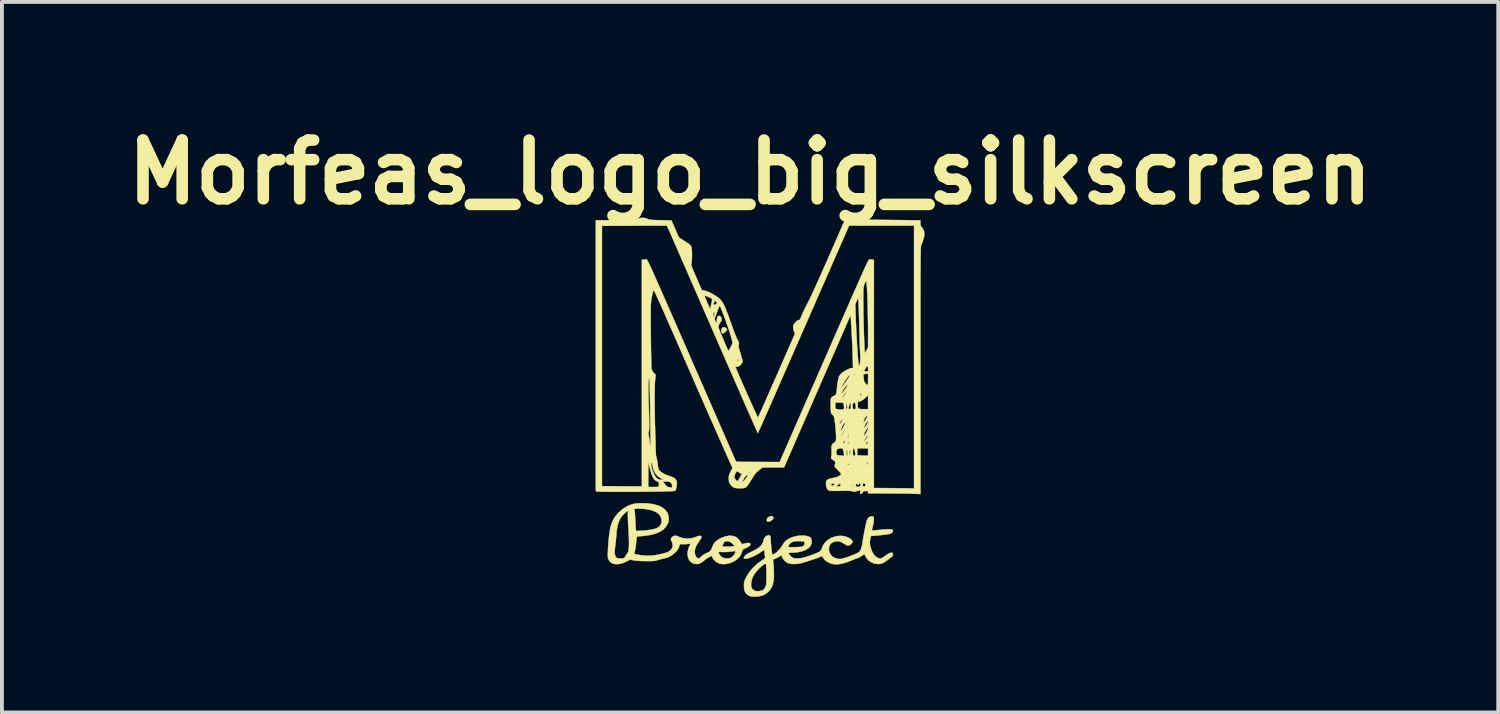
<source format=kicad_pcb>
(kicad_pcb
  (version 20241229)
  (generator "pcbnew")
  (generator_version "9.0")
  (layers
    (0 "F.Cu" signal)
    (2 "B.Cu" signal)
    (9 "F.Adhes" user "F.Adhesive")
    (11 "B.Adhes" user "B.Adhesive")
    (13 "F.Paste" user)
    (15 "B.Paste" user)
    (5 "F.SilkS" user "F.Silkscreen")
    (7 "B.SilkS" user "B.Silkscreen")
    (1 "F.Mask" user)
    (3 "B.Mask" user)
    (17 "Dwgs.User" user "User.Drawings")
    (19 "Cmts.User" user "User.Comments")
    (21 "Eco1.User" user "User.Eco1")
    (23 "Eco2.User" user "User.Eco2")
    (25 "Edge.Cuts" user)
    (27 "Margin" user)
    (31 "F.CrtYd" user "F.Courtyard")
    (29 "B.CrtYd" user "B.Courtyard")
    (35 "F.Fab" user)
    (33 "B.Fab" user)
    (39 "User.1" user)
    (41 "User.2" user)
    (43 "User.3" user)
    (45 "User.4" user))
  (footprint "Morfeas_logo_big_silkscreen"
    (layer "F.Cu")
    (at 16.662 7.514)
    (property "Reference" "Morfeas_logo_big_silkscreen" (at -0.254 -6.096 0) (layer "F.SilkS") (effects (font (size 1.524 1.524) (thickness 0.3))))
    (attr through_hole)
    (fp_poly (pts (xy -0.893 -2.063) (xy -0.872 -2.042) (xy -0.846 -2.007) (xy -0.883 -1.967) (xy -0.923 -1.931) (xy -0.952 -1.914) (xy -0.974 -1.915) (xy -0.976 -1.916) (xy -0.99 -1.938) (xy -0.998 -1.974) (xy -0.997 -2.014) (xy -0.987 -2.045) (xy -0.962 -2.071) (xy -0.928 -2.077) (xy -0.893 -2.063)) (stroke (width 0.01) (type solid)) (fill yes) (layer "F.SilkS"))
    (fp_poly (pts (xy 0.33 2.832) (xy 0.352 2.851) (xy 0.352 2.877) (xy 0.336 2.906) (xy 0.3 2.941) (xy 0.255 2.963) (xy 0.211 2.968) (xy 0.194 2.963) (xy 0.18 2.946) (xy 0.18 2.916) (xy 0.192 2.882) (xy 0.197 2.874) (xy 0.227 2.847) (xy 0.268 2.83) (xy 0.308 2.826) (xy 0.33 2.832)) (stroke (width 0.01) (type solid)) (fill yes) (layer "F.SilkS"))
    (fp_poly (pts (xy -2.911 2.496) (xy -2.768 2.515) (xy -2.646 2.547) (xy -2.546 2.592) (xy -2.467 2.649) (xy -2.411 2.718) (xy -2.376 2.8) (xy -2.365 2.868) (xy -2.363 2.922) (xy -2.368 2.962) (xy -2.38 3.001) (xy -2.391 3.026) (xy -2.44 3.106) (xy -2.506 3.174) (xy -2.593 3.231) (xy -2.699 3.276) (xy -2.827 3.31) (xy -2.977 3.334) (xy -3.029 3.34) (xy -3.087 3.345) (xy -3.136 3.349) (xy -3.17 3.352) (xy -3.183 3.353) (xy -3.192 3.365) (xy -3.199 3.402) (xy -3.205 3.462) (xy -3.206 3.477) (xy -3.213 3.552) (xy -3.223 3.629) (xy -3.235 3.7) (xy -3.248 3.758) (xy -3.258 3.787) (xy -3.258 3.8) (xy -3.244 3.81) (xy -3.21 3.819) (xy -3.198 3.822) (xy -3.05 3.845) (xy -2.911 3.854) (xy -2.772 3.847) (xy -2.628 3.824) (xy -2.535 3.802) (xy -2.462 3.783) (xy -2.409 3.766) (xy -2.369 3.748) (xy -2.339 3.727) (xy -2.311 3.701) (xy -2.301 3.69) (xy -2.274 3.654) (xy -2.263 3.618) (xy -2.261 3.584) (xy -2.269 3.523) (xy -2.286 3.486) (xy -2.308 3.439) (xy -2.305 3.399) (xy -2.279 3.366) (xy -2.228 3.34) (xy -2.226 3.34) (xy -2.2 3.333) (xy -2.172 3.336) (xy -2.135 3.348) (xy -2.111 3.358) (xy -1.996 3.396) (xy -1.884 3.409) (xy -1.771 3.399) (xy -1.654 3.364) (xy -1.639 3.359) (xy -1.592 3.341) (xy -1.561 3.335) (xy -1.539 3.339) (xy -1.536 3.34) (xy -1.518 3.354) (xy -1.514 3.371) (xy -1.523 3.398) (xy -1.547 3.437) (xy -1.563 3.459) (xy -1.618 3.541) (xy -1.657 3.611) (xy -1.679 3.673) (xy -1.689 3.73) (xy -1.689 3.745) (xy -1.682 3.813) (xy -1.663 3.867) (xy -1.633 3.905) (xy -1.611 3.917) (xy -1.591 3.921) (xy -1.572 3.917) (xy -1.549 3.901) (xy -1.514 3.871) (xy -1.505 3.863) (xy -1.457 3.824) (xy -1.411 3.796) (xy -1.384 3.785) (xy -1.338 3.764) (xy -1.074 3.764) (xy -1.072 3.775) (xy -1.071 3.778) (xy -1.043 3.832) (xy -0.998 3.879) (xy -0.967 3.899) (xy -0.909 3.919) (xy -0.843 3.924) (xy -0.781 3.915) (xy -0.736 3.895) (xy -0.695 3.861) (xy -0.662 3.82) (xy -0.64 3.778) (xy -0.635 3.753) (xy -0.636 3.74) (xy -0.642 3.733) (xy -0.659 3.732) (xy -0.691 3.736) (xy -0.733 3.743) (xy -0.797 3.751) (xy -0.873 3.756) (xy -0.947 3.757) (xy -0.956 3.756) (xy -1.012 3.755) (xy -1.048 3.755) (xy -1.067 3.758) (xy -1.074 3.764) (xy -1.338 3.764) (xy -1.319 3.756) (xy -1.271 3.708) (xy -1.24 3.643) (xy -1.24 3.641) (xy -1.224 3.604) (xy -0.973 3.604) (xy -0.972 3.606) (xy -0.956 3.612) (xy -0.92 3.616) (xy -0.872 3.618) (xy -0.816 3.618) (xy -0.76 3.614) (xy -0.711 3.609) (xy -0.654 3.6) (xy -0.705 3.546) (xy -0.753 3.504) (xy -0.798 3.482) (xy -0.801 3.481) (xy -0.846 3.475) (xy -0.887 3.477) (xy -0.916 3.486) (xy -0.927 3.501) (xy -0.934 3.523) (xy -0.952 3.552) (xy -0.954 3.555) (xy -0.97 3.583) (xy -0.973 3.604) (xy -1.224 3.604) (xy -1.208 3.563) (xy -1.159 3.497) (xy -1.092 3.441) (xy -1.002 3.391) (xy -1.001 3.391) (xy -0.896 3.352) (xy -0.798 3.334) (xy -0.707 3.338) (xy -0.626 3.364) (xy -0.614 3.37) (xy -0.583 3.393) (xy -0.55 3.427) (xy -0.514 3.476) (xy -0.476 3.535) (xy -0.467 3.546) (xy -0.452 3.549) (xy -0.426 3.544) (xy -0.397 3.536) (xy -0.338 3.523) (xy -0.289 3.521) (xy -0.257 3.53) (xy -0.244 3.547) (xy -0.245 3.571) (xy -0.262 3.594) (xy -0.297 3.619) (xy -0.352 3.647) (xy -0.365 3.653) (xy -0.413 3.676) (xy -0.441 3.694) (xy -0.455 3.71) (xy -0.457 3.724) (xy -0.463 3.752) (xy -0.476 3.791) (xy -0.487 3.816) (xy -0.533 3.888) (xy -0.598 3.95) (xy -0.676 4.001) (xy -0.764 4.04) (xy -0.855 4.064) (xy -0.946 4.071) (xy -1.031 4.061) (xy -1.093 4.038) (xy -1.132 4.012) (xy -1.174 3.975) (xy -1.209 3.934) (xy -1.234 3.896) (xy -1.239 3.883) (xy -1.246 3.853) (xy -1.317 3.889) (xy -1.367 3.918) (xy -1.417 3.954) (xy -1.442 3.974) (xy -1.502 4.023) (xy -1.557 4.053) (xy -1.613 4.067) (xy -1.645 4.068) (xy -1.718 4.057) (xy -1.779 4.025) (xy -1.826 3.977) (xy -1.858 3.914) (xy -1.875 3.841) (xy -1.874 3.758) (xy -1.855 3.67) (xy -1.826 3.597) (xy -1.797 3.535) (xy -1.867 3.547) (xy -1.922 3.552) (xy -1.981 3.553) (xy -2.004 3.552) (xy -2.05 3.55) (xy -2.073 3.556) (xy -2.076 3.56) (xy -2.082 3.58) (xy -2.094 3.614) (xy -2.102 3.637) (xy -2.135 3.699) (xy -2.188 3.761) (xy -2.254 3.819) (xy -2.328 3.867) (xy -2.404 3.902) (xy -2.464 3.918) (xy -2.503 3.926) (xy -2.557 3.939) (xy -2.614 3.955) (xy -2.629 3.96) (xy -2.671 3.972) (xy -2.709 3.981) (xy -2.748 3.987) (xy -2.793 3.99) (xy -2.85 3.992) (xy -2.925 3.992) (xy -2.953 3.992) (xy -3.063 3.99) (xy -3.159 3.985) (xy -3.236 3.977) (xy -3.268 3.972) (xy -3.367 3.953) (xy -3.446 3.995) (xy -3.555 4.044) (xy -3.656 4.069) (xy -3.75 4.071) (xy -3.801 4.061) (xy -3.858 4.034) (xy -3.905 3.988) (xy -3.936 3.929) (xy -3.938 3.92) (xy -3.943 3.884) (xy -3.945 3.826) (xy -3.944 3.776) (xy -3.768 3.776) (xy -3.766 3.801) (xy -3.752 3.853) (xy -3.729 3.893) (xy -3.702 3.915) (xy -3.698 3.916) (xy -3.663 3.921) (xy -3.615 3.922) (xy -3.568 3.921) (xy -3.533 3.916) (xy -3.508 3.9) (xy -3.487 3.87) (xy -3.486 3.869) (xy -3.465 3.83) (xy -3.442 3.797) (xy -3.426 3.772) (xy -3.413 3.739) (xy -3.404 3.696) (xy -3.398 3.641) (xy -3.395 3.571) (xy -3.395 3.484) (xy -3.398 3.379) (xy -3.403 3.251) (xy -3.409 3.146) (xy -3.416 3.025) (xy -3.421 2.928) (xy -3.423 2.851) (xy -3.425 2.793) (xy -3.424 2.752) (xy -3.422 2.724) (xy -3.418 2.709) (xy -3.418 2.708) (xy -3.403 2.68) (xy -3.447 2.706) (xy -3.513 2.756) (xy -3.575 2.821) (xy -3.625 2.894) (xy -3.632 2.909) (xy -3.664 2.982) (xy -3.689 3.063) (xy -3.706 3.156) (xy -3.719 3.266) (xy -3.721 3.3) (xy -3.728 3.381) (xy -3.737 3.47) (xy -3.747 3.556) (xy -3.753 3.607) (xy -3.761 3.67) (xy -3.766 3.729) (xy -3.768 3.776) (xy -3.944 3.776) (xy -3.943 3.752) (xy -3.939 3.666) (xy -3.933 3.572) (xy -3.925 3.474) (xy -3.915 3.377) (xy -3.904 3.284) (xy -3.892 3.201) (xy -3.879 3.132) (xy -3.873 3.105) (xy -3.829 2.972) (xy -3.765 2.853) (xy -3.68 2.747) (xy -3.58 2.66) (xy -3.256 2.66) (xy -3.253 2.67) (xy -3.248 2.693) (xy -3.244 2.735) (xy -3.239 2.792) (xy -3.235 2.86) (xy -3.234 2.896) (xy -3.23 2.969) (xy -3.226 3.039) (xy -3.222 3.098) (xy -3.219 3.141) (xy -3.218 3.152) (xy -3.21 3.212) (xy -3.1 3.205) (xy -3.032 3.201) (xy -2.956 3.194) (xy -2.889 3.187) (xy -2.887 3.187) (xy -2.786 3.171) (xy -2.706 3.15) (xy -2.646 3.123) (xy -2.608 3.095) (xy -2.567 3.041) (xy -2.547 2.976) (xy -2.551 2.905) (xy -2.554 2.892) (xy -2.581 2.824) (xy -2.626 2.768) (xy -2.691 2.722) (xy -2.777 2.685) (xy -2.832 2.668) (xy -2.886 2.656) (xy -2.951 2.645) (xy -3.023 2.637) (xy -3.095 2.631) (xy -3.158 2.629) (xy -3.208 2.63) (xy -3.23 2.634) (xy -3.253 2.643) (xy -3.256 2.66) (xy -3.58 2.66) (xy -3.573 2.653) (xy -3.519 2.615) (xy -3.423 2.559) (xy -3.328 2.521) (xy -3.227 2.499) (xy -3.113 2.49) (xy -3.076 2.489) (xy -2.911 2.496)) (stroke (width 0.01) (type solid)) (fill yes) (layer "F.SilkS"))
    (fp_poly (pts (xy 2.931 2.831) (xy 2.938 2.834) (xy 2.953 2.856) (xy 2.958 2.899) (xy 2.955 2.96) (xy 2.942 3.036) (xy 2.929 3.089) (xy 2.917 3.138) (xy 2.91 3.176) (xy 2.907 3.197) (xy 2.909 3.2) (xy 2.923 3.199) (xy 2.959 3.196) (xy 3.011 3.191) (xy 3.074 3.185) (xy 3.115 3.181) (xy 3.189 3.174) (xy 3.26 3.169) (xy 3.322 3.165) (xy 3.368 3.164) (xy 3.381 3.165) (xy 3.42 3.168) (xy 3.441 3.175) (xy 3.449 3.188) (xy 3.452 3.202) (xy 3.449 3.231) (xy 3.428 3.255) (xy 3.416 3.264) (xy 3.397 3.275) (xy 3.373 3.284) (xy 3.34 3.292) (xy 3.294 3.3) (xy 3.23 3.308) (xy 3.151 3.316) (xy 3.077 3.324) (xy 3.01 3.33) (xy 2.955 3.336) (xy 2.916 3.339) (xy 2.901 3.34) (xy 2.887 3.343) (xy 2.877 3.355) (xy 2.87 3.381) (xy 2.862 3.426) (xy 2.86 3.437) (xy 2.854 3.494) (xy 2.854 3.539) (xy 2.861 3.586) (xy 2.871 3.63) (xy 2.904 3.728) (xy 2.947 3.808) (xy 2.998 3.868) (xy 3.056 3.908) (xy 3.12 3.924) (xy 3.131 3.924) (xy 3.156 3.916) (xy 3.195 3.895) (xy 3.241 3.863) (xy 3.252 3.855) (xy 3.314 3.812) (xy 3.368 3.784) (xy 3.412 3.773) (xy 3.441 3.778) (xy 3.451 3.795) (xy 3.454 3.823) (xy 3.445 3.858) (xy 3.419 3.882) (xy 3.391 3.902) (xy 3.352 3.931) (xy 3.316 3.96) (xy 3.249 4.009) (xy 3.193 4.042) (xy 3.14 4.061) (xy 3.085 4.068) (xy 3.067 4.068) (xy 2.977 4.057) (xy 2.893 4.025) (xy 2.82 3.976) (xy 2.764 3.911) (xy 2.748 3.882) (xy 2.729 3.846) (xy 2.716 3.821) (xy 2.711 3.812) (xy 2.7 3.817) (xy 2.675 3.834) (xy 2.649 3.853) (xy 2.607 3.881) (xy 2.564 3.903) (xy 2.542 3.911) (xy 2.51 3.922) (xy 2.462 3.94) (xy 2.407 3.962) (xy 2.376 3.975) (xy 2.241 4.028) (xy 2.12 4.061) (xy 2.012 4.076) (xy 1.915 4.072) (xy 1.826 4.049) (xy 1.744 4.007) (xy 1.729 3.998) (xy 1.682 3.957) (xy 1.643 3.909) (xy 1.621 3.867) (xy 1.609 3.865) (xy 1.581 3.874) (xy 1.561 3.882) (xy 1.526 3.898) (xy 1.471 3.918) (xy 1.403 3.942) (xy 1.327 3.967) (xy 1.249 3.992) (xy 1.173 4.016) (xy 1.106 4.035) (xy 1.067 4.046) (xy 0.981 4.062) (xy 0.894 4.068) (xy 0.813 4.063) (xy 0.745 4.05) (xy 0.719 4.039) (xy 0.649 3.992) (xy 0.596 3.926) (xy 0.576 3.884) (xy 0.556 3.836) (xy 0.516 3.866) (xy 0.481 3.889) (xy 0.435 3.913) (xy 0.408 3.925) (xy 0.34 3.954) (xy 0.348 4.012) (xy 0.356 4.084) (xy 0.361 4.168) (xy 0.364 4.258) (xy 0.365 4.346) (xy 0.363 4.426) (xy 0.358 4.49) (xy 0.357 4.502) (xy 0.331 4.614) (xy 0.286 4.708) (xy 0.223 4.787) (xy 0.14 4.849) (xy 0.091 4.874) (xy 0.036 4.893) (xy -0.03 4.906) (xy -0.102 4.913) (xy -0.171 4.914) (xy -0.23 4.908) (xy -0.273 4.895) (xy -0.273 4.895) (xy -0.333 4.856) (xy -0.374 4.811) (xy -0.399 4.757) (xy -0.41 4.687) (xy -0.412 4.635) (xy -0.412 4.633) (xy -0.227 4.633) (xy -0.217 4.68) (xy -0.194 4.716) (xy -0.155 4.747) (xy -0.149 4.751) (xy -0.119 4.766) (xy -0.085 4.772) (xy -0.038 4.772) (xy -0.029 4.771) (xy 0.021 4.764) (xy 0.063 4.753) (xy 0.084 4.744) (xy 0.109 4.719) (xy 0.134 4.682) (xy 0.144 4.663) (xy 0.153 4.641) (xy 0.16 4.619) (xy 0.165 4.592) (xy 0.168 4.557) (xy 0.17 4.509) (xy 0.171 4.444) (xy 0.171 4.359) (xy 0.171 4.341) (xy 0.17 4.24) (xy 0.168 4.161) (xy 0.165 4.105) (xy 0.161 4.072) (xy 0.157 4.064) (xy 0.14 4.063) (xy 0.109 4.078) (xy 0.069 4.106) (xy 0.024 4.143) (xy -0.023 4.187) (xy -0.067 4.233) (xy -0.085 4.254) (xy -0.148 4.338) (xy -0.19 4.417) (xy -0.216 4.495) (xy -0.226 4.569) (xy -0.227 4.633) (xy -0.412 4.633) (xy -0.412 4.581) (xy -0.408 4.541) (xy -0.399 4.506) (xy -0.382 4.465) (xy -0.36 4.419) (xy -0.281 4.289) (xy -0.181 4.167) (xy -0.059 4.055) (xy 0.08 3.956) (xy 0.114 3.933) (xy 0.132 3.915) (xy 0.136 3.896) (xy 0.134 3.873) (xy 0.129 3.833) (xy 0.123 3.784) (xy 0.12 3.764) (xy 0.112 3.698) (xy 0.034 3.752) (xy -0.041 3.8) (xy -0.118 3.843) (xy -0.195 3.88) (xy -0.266 3.908) (xy -0.327 3.925) (xy -0.374 3.931) (xy -0.389 3.929) (xy -0.411 3.922) (xy -0.417 3.911) (xy -0.409 3.889) (xy -0.394 3.864) (xy -0.378 3.843) (xy -0.352 3.823) (xy -0.314 3.799) (xy -0.259 3.771) (xy -0.213 3.748) (xy -0.116 3.7) (xy -0.042 3.654) (xy 0.014 3.609) (xy 0.053 3.562) (xy 0.08 3.509) (xy 0.096 3.451) (xy 0.118 3.39) (xy 0.158 3.347) (xy 0.198 3.327) (xy 0.237 3.32) (xy 0.262 3.329) (xy 0.276 3.359) (xy 0.28 3.408) (xy 0.282 3.449) (xy 0.285 3.503) (xy 0.29 3.566) (xy 0.296 3.63) (xy 0.302 3.693) (xy 0.309 3.748) (xy 0.315 3.79) (xy 0.319 3.814) (xy 0.321 3.817) (xy 0.341 3.821) (xy 0.372 3.807) (xy 0.412 3.78) (xy 0.455 3.743) (xy 0.499 3.7) (xy 0.539 3.653) (xy 0.562 3.62) (xy 0.737 3.62) (xy 0.745 3.626) (xy 0.77 3.63) (xy 0.815 3.632) (xy 0.883 3.631) (xy 0.912 3.63) (xy 0.988 3.628) (xy 1.042 3.624) (xy 1.08 3.619) (xy 1.106 3.611) (xy 1.121 3.603) (xy 1.152 3.573) (xy 1.165 3.538) (xy 1.158 3.505) (xy 1.151 3.495) (xy 1.135 3.484) (xy 1.11 3.478) (xy 1.07 3.475) (xy 1.01 3.474) (xy 1.006 3.474) (xy 0.945 3.475) (xy 0.902 3.478) (xy 0.87 3.486) (xy 0.841 3.498) (xy 0.827 3.505) (xy 0.783 3.538) (xy 0.751 3.577) (xy 0.737 3.615) (xy 0.737 3.62) (xy 0.562 3.62) (xy 0.572 3.606) (xy 0.581 3.59) (xy 0.621 3.523) (xy 0.662 3.474) (xy 0.713 3.434) (xy 0.781 3.397) (xy 0.781 3.396) (xy 0.856 3.367) (xy 0.939 3.345) (xy 1.025 3.333) (xy 1.109 3.329) (xy 1.186 3.334) (xy 1.252 3.348) (xy 1.301 3.371) (xy 1.319 3.386) (xy 1.34 3.429) (xy 1.346 3.483) (xy 1.338 3.541) (xy 1.314 3.596) (xy 1.304 3.612) (xy 1.25 3.663) (xy 1.176 3.707) (xy 1.086 3.74) (xy 0.984 3.762) (xy 0.875 3.772) (xy 0.855 3.772) (xy 0.796 3.774) (xy 0.761 3.778) (xy 0.749 3.787) (xy 0.758 3.81) (xy 0.781 3.842) (xy 0.811 3.875) (xy 0.842 3.9) (xy 0.851 3.905) (xy 0.896 3.919) (xy 0.959 3.924) (xy 1.033 3.92) (xy 1.111 3.908) (xy 1.144 3.9) (xy 1.205 3.882) (xy 1.274 3.86) (xy 1.346 3.834) (xy 1.416 3.807) (xy 1.478 3.781) (xy 1.529 3.758) (xy 1.562 3.739) (xy 1.569 3.734) (xy 1.59 3.704) (xy 1.609 3.664) (xy 1.613 3.65) (xy 1.649 3.566) (xy 1.707 3.492) (xy 1.781 3.43) (xy 1.87 3.382) (xy 1.969 3.35) (xy 2.076 3.336) (xy 2.089 3.336) (xy 2.161 3.342) (xy 2.232 3.358) (xy 2.298 3.384) (xy 2.352 3.415) (xy 2.389 3.451) (xy 2.404 3.479) (xy 2.4 3.512) (xy 2.377 3.544) (xy 2.341 3.571) (xy 2.317 3.582) (xy 2.292 3.588) (xy 2.271 3.588) (xy 2.247 3.578) (xy 2.211 3.557) (xy 2.193 3.546) (xy 2.123 3.505) (xy 2.062 3.482) (xy 2.007 3.475) (xy 1.958 3.481) (xy 1.886 3.506) (xy 1.834 3.547) (xy 1.803 3.603) (xy 1.791 3.675) (xy 1.791 3.686) (xy 1.802 3.76) (xy 1.836 3.825) (xy 1.887 3.877) (xy 1.955 3.914) (xy 2.036 3.934) (xy 2.083 3.937) (xy 2.121 3.932) (xy 2.175 3.918) (xy 2.242 3.898) (xy 2.315 3.873) (xy 2.388 3.845) (xy 2.457 3.817) (xy 2.516 3.79) (xy 2.56 3.766) (xy 2.577 3.754) (xy 2.605 3.716) (xy 2.63 3.661) (xy 2.65 3.595) (xy 2.661 3.531) (xy 2.668 3.475) (xy 2.679 3.406) (xy 2.692 3.328) (xy 2.708 3.245) (xy 2.724 3.163) (xy 2.74 3.086) (xy 2.755 3.018) (xy 2.768 2.965) (xy 2.778 2.931) (xy 2.78 2.927) (xy 2.799 2.892) (xy 2.818 2.865) (xy 2.822 2.86) (xy 2.857 2.841) (xy 2.897 2.83) (xy 2.931 2.831)) (stroke (width 0.01) (type solid)) (fill yes) (layer "F.SilkS"))
    (fp_poly (pts (xy -2.947 -4.899) (xy -2.917 -4.886) (xy -2.898 -4.877) (xy -2.878 -4.87) (xy -2.853 -4.865) (xy -2.819 -4.861) (xy -2.773 -4.857) (xy -2.712 -4.855) (xy -2.63 -4.853) (xy -2.578 -4.852) (xy -2.293 -4.845) (xy -2.197 -4.626) (xy -2.102 -4.407) (xy -1.949 -4.307) (xy -1.883 -4.264) (xy -1.836 -4.23) (xy -1.805 -4.203) (xy -1.786 -4.18) (xy -1.777 -4.165) (xy -1.77 -4.133) (xy -1.764 -4.081) (xy -1.761 -4.018) (xy -1.76 -3.947) (xy -1.761 -3.877) (xy -1.764 -3.812) (xy -1.77 -3.76) (xy -1.774 -3.739) (xy -1.778 -3.722) (xy -1.779 -3.706) (xy -1.777 -3.686) (xy -1.77 -3.661) (xy -1.758 -3.627) (xy -1.74 -3.58) (xy -1.714 -3.519) (xy -1.68 -3.439) (xy -1.646 -3.361) (xy -1.505 -3.037) (xy -1.454 -3.028) (xy -1.378 -3.009) (xy -1.297 -2.976) (xy -1.207 -2.926) (xy -1.162 -2.898) (xy -1.12 -2.87) (xy -1.083 -2.845) (xy -1.05 -2.819) (xy -1.021 -2.79) (xy -0.993 -2.757) (xy -0.967 -2.718) (xy -0.94 -2.671) (xy -0.912 -2.613) (xy -0.882 -2.542) (xy -0.849 -2.457) (xy -0.811 -2.355) (xy -0.767 -2.235) (xy -0.717 -2.094) (xy -0.684 -2) (xy -0.657 -1.929) (xy -0.629 -1.859) (xy -0.603 -1.797) (xy -0.581 -1.751) (xy -0.576 -1.743) (xy -0.553 -1.7) (xy -0.542 -1.671) (xy -0.54 -1.648) (xy -0.545 -1.625) (xy -0.546 -1.622) (xy -0.552 -1.602) (xy -0.552 -1.579) (xy -0.548 -1.548) (xy -0.537 -1.505) (xy -0.518 -1.443) (xy -0.514 -1.429) (xy -0.488 -1.346) (xy -0.47 -1.285) (xy -0.457 -1.239) (xy -0.451 -1.207) (xy -0.449 -1.185) (xy -0.453 -1.167) (xy -0.461 -1.152) (xy -0.472 -1.134) (xy -0.475 -1.13) (xy -0.512 -1.087) (xy -0.553 -1.058) (xy -0.593 -1.046) (xy -0.612 -1.049) (xy -0.631 -1.051) (xy -0.632 -1.04) (xy -0.616 -1.001) (xy -0.592 -0.944) (xy -0.562 -0.873) (xy -0.526 -0.79) (xy -0.485 -0.697) (xy -0.441 -0.597) (xy -0.395 -0.492) (xy -0.347 -0.385) (xy -0.3 -0.278) (xy -0.253 -0.173) (xy -0.209 -0.075) (xy -0.168 0.017) (xy -0.131 0.098) (xy -0.099 0.166) (xy -0.075 0.219) (xy -0.058 0.254) (xy -0.049 0.269) (xy -0.049 0.27) (xy -0.042 0.257) (xy -0.027 0.223) (xy -0.002 0.168) (xy 0.03 0.095) (xy 0.07 0.006) (xy 0.117 -0.099) (xy 0.169 -0.217) (xy 0.226 -0.347) (xy 0.288 -0.487) (xy 0.353 -0.636) (xy 0.422 -0.791) (xy 0.436 -0.824) (xy 0.912 -1.909) (xy 0.888 -1.961) (xy 0.873 -2.008) (xy 0.864 -2.06) (xy 0.864 -2.073) (xy 0.867 -2.116) (xy 0.881 -2.15) (xy 0.905 -2.181) (xy 0.942 -2.222) (xy 0.969 -2.246) (xy 0.992 -2.258) (xy 1.011 -2.26) (xy 1.031 -2.267) (xy 1.048 -2.291) (xy 1.061 -2.321) (xy 1.084 -2.378) (xy 1.117 -2.452) (xy 1.156 -2.535) (xy 1.198 -2.622) (xy 1.241 -2.706) (xy 1.281 -2.781) (xy 1.285 -2.789) (xy 1.301 -2.82) (xy 1.326 -2.873) (xy 1.36 -2.944) (xy 1.4 -3.033) (xy 1.448 -3.138) (xy 1.5 -3.255) (xy 1.558 -3.383) (xy 1.619 -3.521) (xy 1.683 -3.666) (xy 1.749 -3.816) (xy 1.778 -3.881) (xy 2.201 -4.848) (xy 2.399 -4.858) (xy 2.474 -4.861) (xy 2.548 -4.863) (xy 2.612 -4.865) (xy 2.66 -4.866) (xy 2.673 -4.866) (xy 2.7 -4.865) (xy 2.75 -4.865) (xy 2.82 -4.864) (xy 2.907 -4.863) (xy 3.01 -4.862) (xy 3.124 -4.861) (xy 3.249 -4.859) (xy 3.38 -4.858) (xy 3.458 -4.857) (xy 4.166 -4.849) (xy 4.166 -4.776) (xy 4.168 -4.73) (xy 4.176 -4.7) (xy 4.192 -4.679) (xy 4.192 -4.679) (xy 4.234 -4.626) (xy 4.26 -4.558) (xy 4.267 -4.492) (xy 4.262 -4.437) (xy 4.246 -4.369) (xy 4.224 -4.296) (xy 4.197 -4.229) (xy 4.186 -4.207) (xy 4.184 -4.201) (xy 4.182 -4.192) (xy 4.18 -4.179) (xy 4.178 -4.161) (xy 4.177 -4.137) (xy 4.175 -4.106) (xy 4.174 -4.068) (xy 4.173 -4.02) (xy 4.172 -3.963) (xy 4.171 -3.895) (xy 4.17 -3.816) (xy 4.169 -3.725) (xy 4.169 -3.62) (xy 4.168 -3.501) (xy 4.167 -3.366) (xy 4.167 -3.216) (xy 4.167 -3.048) (xy 4.166 -2.863) (xy 4.166 -2.658) (xy 4.166 -2.434) (xy 4.166 -2.189) (xy 4.166 -1.923) (xy 4.166 -1.634) (xy 4.166 -1.321) (xy 4.166 -0.984) (xy 4.166 2.252) (xy 3.947 2.244) (xy 3.88 2.242) (xy 3.793 2.24) (xy 3.69 2.238) (xy 3.577 2.237) (xy 3.458 2.236) (xy 3.339 2.235) (xy 3.267 2.235) (xy 2.807 2.235) (xy 2.807 2.203) (xy 2.805 2.184) (xy 2.796 2.175) (xy 2.773 2.173) (xy 2.741 2.174) (xy 2.701 2.178) (xy 2.68 2.185) (xy 2.67 2.2) (xy 2.667 2.21) (xy 2.65 2.238) (xy 2.632 2.246) (xy 2.613 2.245) (xy 2.605 2.232) (xy 2.603 2.203) (xy 2.603 2.156) (xy 2.556 2.165) (xy 2.511 2.175) (xy 2.469 2.187) (xy 2.468 2.187) (xy 2.435 2.195) (xy 2.413 2.189) (xy 2.406 2.184) (xy 2.394 2.178) (xy 2.373 2.174) (xy 2.34 2.171) (xy 2.291 2.169) (xy 2.223 2.169) (xy 2.135 2.169) (xy 2.091 2.17) (xy 1.997 2.171) (xy 1.925 2.171) (xy 1.872 2.171) (xy 1.834 2.169) (xy 1.808 2.166) (xy 1.791 2.162) (xy 1.779 2.155) (xy 1.769 2.147) (xy 1.743 2.109) (xy 1.724 2.058) (xy 1.724 2.057) (xy 1.98 2.057) (xy 2.03 2.057) (xy 2.036 2.057) (xy 2.39 2.057) (xy 2.393 2.067) (xy 2.4 2.064) (xy 2.41 2.046) (xy 2.412 2.028) (xy 2.411 2.018) (xy 2.489 2.018) (xy 2.497 2.051) (xy 2.511 2.062) (xy 2.546 2.064) (xy 2.581 2.057) (xy 2.605 2.043) (xy 2.606 2.041) (xy 2.615 2.016) (xy 2.614 2.013) (xy 2.667 2.013) (xy 2.676 2.04) (xy 2.696 2.054) (xy 2.719 2.053) (xy 2.737 2.036) (xy 2.741 2.023) (xy 2.734 1.994) (xy 2.718 1.981) (xy 2.688 1.973) (xy 2.671 1.987) (xy 2.667 2.013) (xy 2.614 2.013) (xy 2.608 1.985) (xy 2.605 1.977) (xy 2.598 1.963) (xy 2.589 1.969) (xy 2.581 1.986) (xy 2.564 2.014) (xy 2.545 2.016) (xy 2.527 2) (xy 2.506 1.983) (xy 2.494 1.989) (xy 2.489 2.018) (xy 2.411 2.018) (xy 2.411 2.009) (xy 2.406 2.014) (xy 2.4 2.026) (xy 2.39 2.057) (xy 2.036 2.057) (xy 2.07 2.052) (xy 2.088 2.037) (xy 2.097 2.001) (xy 2.09 1.985) (xy 2.069 1.987) (xy 2.035 2.01) (xy 2.024 2.019) (xy 1.98 2.057) (xy 1.724 2.057) (xy 1.715 2.001) (xy 1.716 1.995) (xy 1.849 1.995) (xy 1.852 2.015) (xy 1.856 2.022) (xy 1.876 2.041) (xy 1.901 2.036) (xy 1.927 2.01) (xy 1.927 2.01) (xy 1.938 1.991) (xy 1.933 1.983) (xy 1.908 1.981) (xy 1.902 1.981) (xy 1.865 1.984) (xy 1.849 1.995) (xy 1.716 1.995) (xy 1.717 1.947) (xy 1.73 1.905) (xy 1.737 1.894) (xy 1.765 1.874) (xy 1.812 1.856) (xy 1.841 1.848) (xy 1.895 1.836) (xy 1.948 1.823) (xy 1.98 1.816) (xy 2.028 1.8) (xy 2.07 1.777) (xy 2.098 1.753) (xy 2.108 1.732) (xy 2.1 1.716) (xy 2.076 1.687) (xy 2.075 1.686) (xy 2.275 1.686) (xy 2.287 1.683) (xy 2.29 1.682) (xy 2.305 1.672) (xy 2.305 1.666) (xy 2.292 1.668) (xy 2.283 1.675) (xy 2.275 1.686) (xy 2.075 1.686) (xy 2.043 1.65) (xy 2.021 1.628) (xy 1.981 1.587) (xy 1.956 1.559) (xy 1.944 1.538) (xy 1.942 1.521) (xy 1.944 1.511) (xy 1.947 1.494) (xy 2.263 1.494) (xy 2.268 1.498) (xy 2.282 1.499) (xy 2.307 1.491) (xy 2.316 1.48) (xy 2.316 1.476) (xy 2.769 1.476) (xy 2.775 1.486) (xy 2.789 1.48) (xy 2.799 1.466) (xy 2.806 1.438) (xy 2.803 1.428) (xy 2.789 1.438) (xy 2.787 1.441) (xy 2.773 1.464) (xy 2.769 1.476) (xy 2.316 1.476) (xy 2.317 1.463) (xy 2.303 1.465) (xy 2.28 1.48) (xy 2.263 1.494) (xy 1.947 1.494) (xy 1.951 1.475) (xy 1.955 1.439) (xy 1.954 1.429) (xy 2.603 1.429) (xy 2.61 1.435) (xy 2.616 1.429) (xy 2.61 1.422) (xy 2.603 1.429) (xy 1.954 1.429) (xy 1.952 1.411) (xy 1.938 1.392) (xy 1.907 1.373) (xy 1.906 1.372) (xy 1.866 1.346) (xy 1.848 1.316) (xy 1.85 1.275) (xy 1.855 1.257) (xy 1.86 1.22) (xy 1.861 1.189) (xy 1.981 1.189) (xy 1.988 1.221) (xy 2.009 1.24) (xy 2.046 1.251) (xy 2.103 1.255) (xy 2.119 1.256) (xy 2.188 1.257) (xy 2.179 1.193) (xy 2.176 1.172) (xy 2.249 1.172) (xy 2.25 1.217) (xy 2.254 1.247) (xy 2.261 1.257) (xy 2.268 1.246) (xy 2.272 1.217) (xy 2.272 1.197) (xy 2.271 1.174) (xy 2.325 1.174) (xy 2.326 1.205) (xy 2.331 1.227) (xy 2.337 1.232) (xy 2.344 1.22) (xy 2.348 1.191) (xy 2.349 1.169) (xy 2.413 1.169) (xy 2.414 1.216) (xy 2.42 1.243) (xy 2.433 1.254) (xy 2.455 1.257) (xy 2.455 1.257) (xy 2.468 1.255) (xy 2.475 1.246) (xy 2.476 1.223) (xy 2.472 1.182) (xy 2.471 1.172) (xy 2.462 1.112) (xy 2.449 1.077) (xy 2.437 1.067) (xy 2.527 1.067) (xy 2.527 1.243) (xy 2.569 1.248) (xy 2.602 1.251) (xy 2.65 1.253) (xy 2.704 1.255) (xy 2.708 1.255) (xy 2.807 1.257) (xy 2.807 1.067) (xy 2.527 1.067) (xy 2.437 1.067) (xy 2.436 1.066) (xy 2.424 1.079) (xy 2.416 1.116) (xy 2.413 1.169) (xy 2.349 1.169) (xy 2.349 1.165) (xy 2.348 1.127) (xy 2.343 1.113) (xy 2.337 1.118) (xy 2.329 1.141) (xy 2.325 1.174) (xy 2.271 1.174) (xy 2.27 1.149) (xy 2.265 1.119) (xy 2.259 1.108) (xy 2.253 1.119) (xy 2.249 1.152) (xy 2.249 1.172) (xy 2.176 1.172) (xy 2.172 1.149) (xy 2.163 1.112) (xy 2.159 1.1) (xy 2.137 1.071) (xy 2.1 1.06) (xy 2.053 1.068) (xy 2.034 1.076) (xy 2.002 1.096) (xy 1.987 1.12) (xy 1.983 1.142) (xy 1.981 1.189) (xy 1.861 1.189) (xy 1.862 1.167) (xy 1.859 1.115) (xy 1.857 1.043) (xy 1.863 0.992) (xy 1.878 0.962) (xy 2.742 0.962) (xy 2.749 0.965) (xy 2.769 0.955) (xy 2.788 0.934) (xy 2.805 0.901) (xy 2.805 0.885) (xy 2.792 0.887) (xy 2.769 0.911) (xy 2.766 0.916) (xy 2.746 0.947) (xy 2.742 0.962) (xy 1.878 0.962) (xy 1.881 0.956) (xy 1.889 0.949) (xy 2.276 0.949) (xy 2.289 0.949) (xy 2.303 0.934) (xy 2.309 0.913) (xy 2.31 0.892) (xy 2.304 0.894) (xy 2.293 0.907) (xy 2.276 0.934) (xy 2.276 0.949) (xy 1.889 0.949) (xy 1.905 0.935) (xy 2.161 0.935) (xy 2.169 0.942) (xy 2.188 0.93) (xy 2.195 0.925) (xy 2.207 0.9) (xy 2.209 0.886) (xy 2.704 0.886) (xy 2.71 0.885) (xy 2.728 0.865) (xy 2.759 0.824) (xy 2.761 0.82) (xy 2.785 0.781) (xy 2.801 0.749) (xy 2.805 0.73) (xy 2.797 0.727) (xy 2.779 0.747) (xy 2.76 0.777) (xy 2.729 0.83) (xy 2.71 0.867) (xy 2.704 0.886) (xy 2.209 0.886) (xy 2.209 0.883) (xy 2.208 0.867) (xy 2.201 0.868) (xy 2.184 0.887) (xy 2.165 0.916) (xy 2.161 0.935) (xy 1.905 0.935) (xy 1.911 0.93) (xy 1.924 0.923) (xy 1.951 0.907) (xy 1.966 0.885) (xy 1.97 0.87) (xy 2.108 0.87) (xy 2.115 0.876) (xy 2.121 0.87) (xy 2.115 0.864) (xy 2.108 0.87) (xy 1.97 0.87) (xy 1.975 0.849) (xy 1.976 0.845) (xy 2.121 0.845) (xy 2.127 0.851) (xy 2.134 0.845) (xy 2.127 0.838) (xy 2.121 0.845) (xy 1.976 0.845) (xy 1.976 0.842) (xy 1.977 0.819) (xy 2.274 0.819) (xy 2.292 0.781) (xy 2.305 0.749) (xy 2.311 0.725) (xy 2.7 0.725) (xy 2.709 0.737) (xy 2.71 0.737) (xy 2.718 0.727) (xy 2.736 0.701) (xy 2.759 0.664) (xy 2.76 0.662) (xy 2.784 0.618) (xy 2.801 0.578) (xy 2.807 0.551) (xy 2.807 0.514) (xy 2.781 0.552) (xy 2.746 0.607) (xy 2.72 0.657) (xy 2.705 0.698) (xy 2.7 0.725) (xy 2.311 0.725) (xy 2.311 0.725) (xy 2.311 0.725) (xy 2.308 0.712) (xy 2.301 0.718) (xy 2.291 0.738) (xy 2.283 0.766) (xy 2.281 0.775) (xy 2.274 0.819) (xy 1.977 0.819) (xy 1.978 0.806) (xy 2.146 0.806) (xy 2.153 0.813) (xy 2.159 0.806) (xy 2.153 0.8) (xy 2.146 0.806) (xy 1.978 0.806) (xy 1.978 0.805) (xy 1.978 0.781) (xy 2.159 0.781) (xy 2.165 0.787) (xy 2.172 0.781) (xy 2.165 0.775) (xy 2.159 0.781) (xy 1.978 0.781) (xy 1.977 0.748) (xy 1.977 0.743) (xy 2.114 0.743) (xy 2.117 0.746) (xy 2.131 0.726) (xy 2.157 0.684) (xy 2.159 0.679) (xy 2.179 0.642) (xy 2.192 0.614) (xy 2.194 0.602) (xy 2.186 0.61) (xy 2.169 0.634) (xy 2.148 0.671) (xy 2.147 0.673) (xy 2.124 0.719) (xy 2.114 0.743) (xy 1.977 0.743) (xy 1.974 0.675) (xy 1.969 0.604) (xy 2.096 0.604) (xy 2.101 0.609) (xy 2.115 0.596) (xy 2.134 0.57) (xy 2.144 0.552) (xy 2.565 0.552) (xy 2.572 0.559) (xy 2.578 0.552) (xy 2.572 0.546) (xy 2.565 0.552) (xy 2.144 0.552) (xy 2.15 0.544) (xy 2.693 0.544) (xy 2.699 0.545) (xy 2.718 0.525) (xy 2.751 0.484) (xy 2.756 0.477) (xy 2.788 0.431) (xy 2.803 0.396) (xy 2.804 0.372) (xy 2.801 0.356) (xy 2.796 0.353) (xy 2.784 0.367) (xy 2.765 0.4) (xy 2.753 0.419) (xy 2.72 0.48) (xy 2.7 0.522) (xy 2.693 0.544) (xy 2.15 0.544) (xy 2.155 0.536) (xy 2.175 0.498) (xy 2.185 0.476) (xy 2.273 0.476) (xy 2.28 0.483) (xy 2.286 0.476) (xy 2.28 0.47) (xy 2.273 0.476) (xy 2.185 0.476) (xy 2.191 0.462) (xy 2.198 0.44) (xy 2.2 0.432) (xy 2.286 0.432) (xy 2.291 0.442) (xy 2.294 0.44) (xy 2.296 0.425) (xy 2.294 0.423) (xy 2.287 0.425) (xy 2.286 0.432) (xy 2.2 0.432) (xy 2.206 0.406) (xy 2.208 0.382) (xy 2.207 0.379) (xy 2.2 0.382) (xy 2.186 0.404) (xy 2.167 0.438) (xy 2.146 0.479) (xy 2.126 0.522) (xy 2.109 0.561) (xy 2.098 0.591) (xy 2.096 0.604) (xy 1.969 0.604) (xy 1.969 0.594) (xy 1.961 0.507) (xy 1.952 0.422) (xy 1.951 0.412) (xy 2.071 0.412) (xy 2.073 0.427) (xy 2.081 0.425) (xy 2.099 0.404) (xy 2.103 0.4) (xy 2.122 0.376) (xy 2.692 0.376) (xy 2.694 0.392) (xy 2.698 0.394) (xy 2.707 0.384) (xy 2.725 0.357) (xy 2.748 0.32) (xy 2.75 0.317) (xy 2.776 0.27) (xy 2.788 0.242) (xy 2.784 0.23) (xy 2.765 0.232) (xy 2.762 0.233) (xy 2.746 0.248) (xy 2.728 0.276) (xy 2.711 0.311) (xy 2.698 0.347) (xy 2.692 0.376) (xy 2.122 0.376) (xy 2.128 0.369) (xy 2.146 0.341) (xy 2.148 0.338) (xy 2.149 0.337) (xy 2.261 0.337) (xy 2.267 0.343) (xy 2.565 0.343) (xy 2.57 0.353) (xy 2.574 0.351) (xy 2.575 0.336) (xy 2.574 0.334) (xy 2.566 0.336) (xy 2.565 0.343) (xy 2.267 0.343) (xy 2.273 0.337) (xy 2.267 0.33) (xy 2.261 0.337) (xy 2.149 0.337) (xy 2.155 0.322) (xy 2.147 0.323) (xy 2.144 0.324) (xy 2.107 0.352) (xy 2.08 0.384) (xy 2.071 0.412) (xy 1.951 0.412) (xy 1.942 0.342) (xy 1.94 0.331) (xy 1.935 0.297) (xy 2.274 0.297) (xy 2.277 0.314) (xy 2.281 0.314) (xy 2.284 0.297) (xy 2.282 0.29) (xy 2.276 0.285) (xy 2.274 0.297) (xy 1.935 0.297) (xy 1.931 0.279) (xy 1.92 0.243) (xy 1.904 0.216) (xy 1.884 0.194) (xy 1.865 0.175) (xy 1.853 0.157) (xy 1.846 0.136) (xy 1.842 0.105) (xy 1.84 0.058) (xy 1.839 0.037) (xy 1.955 0.037) (xy 1.996 0.049) (xy 2.04 0.058) (xy 2.09 0.062) (xy 2.134 0.06) (xy 2.166 0.054) (xy 2.17 0.052) (xy 2.181 0.038) (xy 2.184 0.009) (xy 2.181 -0.032) (xy 2.179 -0.043) (xy 2.236 -0.043) (xy 2.237 -0.001) (xy 2.24 0.03) (xy 2.244 0.042) (xy 2.259 0.051) (xy 2.267 0.036) (xy 2.266 0.019) (xy 2.304 0.019) (xy 2.304 0.042) (xy 2.312 0.05) (xy 2.329 0.048) (xy 2.342 0.043) (xy 2.355 0.03) (xy 2.361 -0.000442) (xy 2.362 -0.03) (xy 2.361 -0.045) (xy 2.403 -0.045) (xy 2.407 0.001) (xy 2.414 0.033) (xy 2.427 0.047) (xy 2.45 0.051) (xy 2.452 0.051) (xy 2.475 0.049) (xy 2.486 0.039) (xy 2.489 0.014) (xy 2.489 -0.006) (xy 2.486 -0.049) (xy 2.485 -0.058) (xy 2.54 -0.058) (xy 2.541 -0.013) (xy 2.548 0.018) (xy 2.565 0.036) (xy 2.596 0.046) (xy 2.645 0.05) (xy 2.696 0.05) (xy 2.807 0.051) (xy 2.807 -0.31) (xy 2.746 -0.252) (xy 2.684 -0.199) (xy 2.626 -0.164) (xy 2.575 -0.148) (xy 2.556 -0.142) (xy 2.546 -0.131) (xy 2.541 -0.109) (xy 2.54 -0.069) (xy 2.54 -0.058) (xy 2.485 -0.058) (xy 2.479 -0.087) (xy 2.477 -0.095) (xy 2.465 -0.117) (xy 2.449 -0.119) (xy 2.439 -0.115) (xy 2.413 -0.088) (xy 2.403 -0.045) (xy 2.361 -0.045) (xy 2.359 -0.079) (xy 2.353 -0.108) (xy 2.344 -0.118) (xy 2.334 -0.104) (xy 2.326 -0.082) (xy 2.311 -0.021) (xy 2.304 0.019) (xy 2.266 0.019) (xy 2.266 -0.001) (xy 2.265 -0.016) (xy 2.257 -0.066) (xy 2.25 -0.095) (xy 2.243 -0.102) (xy 2.238 -0.086) (xy 2.236 -0.046) (xy 2.236 -0.043) (xy 2.179 -0.043) (xy 2.175 -0.072) (xy 2.17 -0.102) (xy 2.166 -0.112) (xy 2.15 -0.116) (xy 2.116 -0.118) (xy 2.07 -0.12) (xy 2.06 -0.12) (xy 1.962 -0.121) (xy 1.955 0.037) (xy 1.839 0.037) (xy 1.839 0.015) (xy 1.837 -0.068) (xy 1.836 -0.131) (xy 1.837 -0.175) (xy 1.84 -0.206) (xy 1.844 -0.227) (xy 1.848 -0.235) (xy 2.134 -0.235) (xy 2.14 -0.229) (xy 2.146 -0.235) (xy 2.14 -0.241) (xy 2.134 -0.235) (xy 1.848 -0.235) (xy 1.852 -0.242) (xy 1.86 -0.252) (xy 2.145 -0.252) (xy 2.155 -0.256) (xy 2.175 -0.276) (xy 2.189 -0.296) (xy 2.195 -0.307) (xy 2.591 -0.307) (xy 2.594 -0.296) (xy 2.607 -0.303) (xy 2.619 -0.314) (xy 2.636 -0.336) (xy 2.638 -0.35) (xy 2.638 -0.351) (xy 2.623 -0.351) (xy 2.605 -0.337) (xy 2.592 -0.316) (xy 2.591 -0.307) (xy 2.195 -0.307) (xy 2.207 -0.327) (xy 2.225 -0.359) (xy 2.238 -0.388) (xy 2.244 -0.404) (xy 2.244 -0.406) (xy 2.235 -0.397) (xy 2.215 -0.371) (xy 2.189 -0.336) (xy 2.185 -0.33) (xy 2.161 -0.292) (xy 2.147 -0.265) (xy 2.145 -0.252) (xy 1.86 -0.252) (xy 1.862 -0.255) (xy 1.867 -0.26) (xy 1.893 -0.282) (xy 1.918 -0.292) (xy 1.919 -0.292) (xy 1.947 -0.304) (xy 1.972 -0.333) (xy 1.978 -0.347) (xy 2.108 -0.347) (xy 2.115 -0.346) (xy 2.132 -0.363) (xy 2.156 -0.391) (xy 2.185 -0.427) (xy 2.213 -0.466) (xy 2.238 -0.504) (xy 2.253 -0.531) (xy 2.266 -0.562) (xy 2.271 -0.585) (xy 2.27 -0.587) (xy 2.262 -0.584) (xy 2.244 -0.563) (xy 2.219 -0.53) (xy 2.191 -0.49) (xy 2.163 -0.447) (xy 2.138 -0.406) (xy 2.118 -0.372) (xy 2.109 -0.35) (xy 2.108 -0.347) (xy 1.978 -0.347) (xy 1.989 -0.373) (xy 1.994 -0.407) (xy 1.996 -0.451) (xy 2.001 -0.508) (xy 2.002 -0.513) (xy 2.121 -0.513) (xy 2.121 -0.508) (xy 2.124 -0.508) (xy 2.13 -0.516) (xy 2.143 -0.532) (xy 2.164 -0.562) (xy 2.195 -0.606) (xy 2.238 -0.669) (xy 2.24 -0.672) (xy 2.288 -0.742) (xy 2.321 -0.793) (xy 2.332 -0.813) (xy 2.443 -0.813) (xy 2.453 -0.821) (xy 2.47 -0.838) (xy 2.483 -0.856) (xy 2.483 -0.857) (xy 2.686 -0.857) (xy 2.691 -0.775) (xy 2.696 -0.726) (xy 2.704 -0.682) (xy 2.713 -0.658) (xy 2.73 -0.634) (xy 2.755 -0.606) (xy 2.781 -0.583) (xy 2.8 -0.572) (xy 2.802 -0.572) (xy 2.804 -0.583) (xy 2.805 -0.616) (xy 2.806 -0.664) (xy 2.807 -0.721) (xy 2.807 -0.871) (xy 2.686 -0.857) (xy 2.483 -0.857) (xy 2.482 -0.864) (xy 2.466 -0.854) (xy 2.454 -0.838) (xy 2.444 -0.819) (xy 2.443 -0.813) (xy 2.332 -0.813) (xy 2.338 -0.825) (xy 2.341 -0.838) (xy 2.329 -0.834) (xy 2.317 -0.825) (xy 2.294 -0.8) (xy 2.264 -0.761) (xy 2.23 -0.712) (xy 2.196 -0.659) (xy 2.165 -0.607) (xy 2.14 -0.561) (xy 2.124 -0.527) (xy 2.121 -0.513) (xy 2.002 -0.513) (xy 2.009 -0.574) (xy 2.019 -0.641) (xy 2.029 -0.703) (xy 2.039 -0.754) (xy 2.048 -0.788) (xy 2.05 -0.792) (xy 2.07 -0.826) (xy 2.099 -0.863) (xy 2.108 -0.873) (xy 2.143 -0.901) (xy 2.191 -0.932) (xy 2.209 -0.942) (xy 2.713 -0.942) (xy 2.732 -0.93) (xy 2.763 -0.927) (xy 2.807 -0.927) (xy 2.807 -1.005) (xy 2.805 -1.047) (xy 2.8 -1.068) (xy 2.788 -1.067) (xy 2.767 -1.045) (xy 2.737 -1.004) (xy 2.715 -0.966) (xy 2.713 -0.942) (xy 2.209 -0.942) (xy 2.245 -0.962) (xy 2.299 -0.989) (xy 2.346 -1.008) (xy 2.379 -1.016) (xy 2.382 -1.016) (xy 2.417 -1.016) (xy 2.409 -1.292) (xy 2.406 -1.396) (xy 2.402 -1.512) (xy 2.397 -1.631) (xy 2.392 -1.742) (xy 2.388 -1.822) (xy 2.383 -1.914) (xy 2.377 -2.01) (xy 2.372 -2.102) (xy 2.368 -2.182) (xy 2.365 -2.235) (xy 2.356 -2.394) (xy 1.492 -0.416) (xy 0.629 1.561) (xy 0.07 1.563) (xy -0.024 1.636) (xy -0.086 1.689) (xy -0.133 1.742) (xy -0.166 1.791) (xy -0.228 1.895) (xy -0.281 1.976) (xy -0.322 2.035) (xy -0.354 2.071) (xy -0.365 2.08) (xy -0.388 2.091) (xy -0.42 2.098) (xy -0.467 2.101) (xy -0.526 2.102) (xy -0.599 2.1) (xy -0.652 2.092) (xy -0.692 2.075) (xy -0.727 2.047) (xy -0.761 2.005) (xy -0.769 1.992) (xy -0.788 1.962) (xy -0.474 1.962) (xy -0.432 1.924) (xy -0.397 1.889) (xy -0.362 1.847) (xy -0.354 1.836) (xy -0.328 1.799) (xy -0.319 1.776) (xy -0.325 1.766) (xy -0.335 1.765) (xy -0.354 1.772) (xy -0.376 1.795) (xy -0.403 1.835) (xy -0.432 1.886) (xy -0.474 1.962) (xy -0.788 1.962) (xy -0.79 1.96) (xy -0.798 1.937) (xy -0.533 1.937) (xy -0.527 1.943) (xy -0.521 1.937) (xy -0.527 1.93) (xy -0.533 1.937) (xy -0.798 1.937) (xy -0.801 1.929) (xy -0.806 1.891) (xy -0.806 1.849) (xy -0.805 1.812) (xy -0.664 1.812) (xy -0.656 1.837) (xy -0.637 1.868) (xy -0.613 1.897) (xy -0.591 1.915) (xy -0.582 1.918) (xy -0.572 1.908) (xy -0.552 1.88) (xy -0.528 1.842) (xy -0.52 1.828) (xy -0.496 1.787) (xy -0.479 1.754) (xy -0.471 1.737) (xy -0.471 1.735) (xy -0.491 1.721) (xy -0.522 1.702) (xy -0.555 1.683) (xy -0.582 1.669) (xy -0.596 1.664) (xy -0.608 1.675) (xy -0.625 1.702) (xy -0.642 1.738) (xy -0.656 1.776) (xy -0.663 1.806) (xy -0.664 1.812) (xy -0.805 1.812) (xy -0.805 1.802) (xy -0.8 1.765) (xy -0.787 1.729) (xy -0.766 1.684) (xy -0.753 1.661) (xy -0.727 1.608) (xy -0.714 1.574) (xy -0.715 1.559) (xy -0.715 1.558) (xy -0.722 1.546) (xy -0.738 1.512) (xy -0.763 1.457) (xy -0.797 1.382) (xy -0.84 1.288) (xy -0.889 1.176) (xy -0.947 1.047) (xy -1.01 0.903) (xy -1.08 0.745) (xy -1.156 0.574) (xy -1.237 0.39) (xy -1.323 0.195) (xy -1.413 -0.01) (xy -1.507 -0.224) (xy -1.604 -0.445) (xy -1.704 -0.673) (xy -1.74 -0.756) (xy -1.859 -1.028) (xy -1.968 -1.278) (xy -2.068 -1.507) (xy -2.159 -1.715) (xy -2.242 -1.903) (xy -2.317 -2.074) (xy -2.384 -2.226) (xy -2.443 -2.362) (xy -2.496 -2.482) (xy -2.543 -2.587) (xy -2.584 -2.678) (xy -2.619 -2.756) (xy -2.649 -2.822) (xy -2.675 -2.877) (xy -2.696 -2.922) (xy -2.713 -2.958) (xy -2.727 -2.985) (xy -2.738 -3.005) (xy -2.747 -3.018) (xy -2.753 -3.027) (xy -2.758 -3.03) (xy -2.761 -3.03) (xy -2.764 -3.027) (xy -2.766 -3.023) (xy -2.774 -2.995) (xy -2.785 -2.948) (xy -2.797 -2.889) (xy -2.809 -2.828) (xy -2.814 -2.796) (xy -2.819 -2.766) (xy -2.822 -2.735) (xy -2.825 -2.702) (xy -2.828 -2.663) (xy -2.83 -2.618) (xy -2.831 -2.563) (xy -2.832 -2.497) (xy -2.832 -2.418) (xy -2.831 -2.322) (xy -2.831 -2.209) (xy -2.83 -2.075) (xy -2.828 -1.919) (xy -2.828 -1.854) (xy -2.826 -1.706) (xy -2.825 -1.566) (xy -2.823 -1.436) (xy -2.82 -1.318) (xy -2.818 -1.214) (xy -2.816 -1.127) (xy -2.813 -1.059) (xy -2.811 -1.012) (xy -2.809 -0.987) (xy -2.808 -0.986) (xy -2.791 -0.945) (xy -2.762 -0.903) (xy -2.749 -0.888) (xy -2.702 -0.84) (xy -2.716 -0.72) (xy -2.721 -0.663) (xy -2.725 -0.584) (xy -2.727 -0.485) (xy -2.729 -0.368) (xy -2.73 -0.236) (xy -2.729 -0.092) (xy -2.728 0.062) (xy -2.725 0.223) (xy -2.722 0.389) (xy -2.718 0.557) (xy -2.716 0.616) (xy -2.713 0.725) (xy -2.709 0.831) (xy -2.706 0.93) (xy -2.704 1.018) (xy -2.702 1.09) (xy -2.701 1.144) (xy -2.7 1.168) (xy -2.697 1.222) (xy -2.692 1.268) (xy -2.685 1.299) (xy -2.683 1.304) (xy -2.675 1.328) (xy -2.666 1.37) (xy -2.658 1.423) (xy -2.654 1.45) (xy -2.648 1.505) (xy -2.641 1.552) (xy -2.635 1.585) (xy -2.633 1.594) (xy -2.609 1.636) (xy -2.563 1.68) (xy -2.498 1.722) (xy -2.417 1.76) (xy -2.349 1.784) (xy -2.283 1.807) (xy -2.236 1.828) (xy -2.204 1.849) (xy -2.182 1.875) (xy -2.171 1.895) (xy -2.158 1.922) (xy -2.152 1.946) (xy -2.152 1.977) (xy -2.157 2.02) (xy -2.161 2.045) (xy -2.169 2.094) (xy -2.178 2.135) (xy -2.185 2.159) (xy -2.186 2.162) (xy -2.195 2.167) (xy -2.217 2.171) (xy -2.253 2.174) (xy -2.307 2.178) (xy -2.379 2.181) (xy -2.473 2.183) (xy -2.589 2.186) (xy -2.606 2.186) (xy -2.733 2.188) (xy -2.869 2.19) (xy -3.01 2.192) (xy -3.154 2.193) (xy -3.299 2.194) (xy -3.441 2.195) (xy -3.578 2.195) (xy -3.707 2.195) (xy -3.826 2.195) (xy -3.932 2.194) (xy -4.023 2.193) (xy -4.095 2.192) (xy -4.147 2.19) (xy -4.169 2.189) (xy -4.255 2.181) (xy -4.255 2.07) (xy -2.896 2.07) (xy -2.764 2.07) (xy -2.702 2.069) (xy -2.662 2.067) (xy -2.638 2.062) (xy -2.626 2.055) (xy -2.624 2.05) (xy -2.617 2.017) (xy -2.618 1.98) (xy -2.624 1.952) (xy -2.626 1.949) (xy -2.643 1.935) (xy -2.653 1.93) (xy -2.514 1.93) (xy -2.462 2) (xy -2.428 2.041) (xy -2.401 2.064) (xy -2.377 2.071) (xy -2.376 2.071) (xy -2.34 2.076) (xy -2.318 2.082) (xy -2.291 2.087) (xy -2.278 2.071) (xy -2.277 2.035) (xy -2.279 2.022) (xy -2.291 1.98) (xy -2.311 1.952) (xy -2.344 1.936) (xy -2.394 1.928) (xy -2.464 1.928) (xy -2.467 1.929) (xy -2.514 1.93) (xy -2.653 1.93) (xy -2.673 1.92) (xy -2.677 1.919) (xy -2.708 1.903) (xy -2.734 1.881) (xy -2.758 1.849) (xy -2.781 1.806) (xy -2.804 1.748) (xy -2.828 1.671) (xy -2.855 1.574) (xy -2.868 1.524) (xy -2.881 1.477) (xy -2.818 1.477) (xy -2.815 1.529) (xy -2.802 1.592) (xy -2.78 1.66) (xy -2.751 1.727) (xy -2.723 1.78) (xy -2.682 1.833) (xy -2.638 1.865) (xy -2.584 1.879) (xy -2.561 1.88) (xy -2.497 1.88) (xy -2.564 1.845) (xy -2.644 1.794) (xy -2.705 1.73) (xy -2.749 1.651) (xy -2.778 1.554) (xy -2.788 1.492) (xy -2.794 1.452) (xy -2.8 1.435) (xy -2.807 1.437) (xy -2.81 1.441) (xy -2.818 1.477) (xy -2.881 1.477) (xy -2.893 1.429) (xy -2.894 1.749) (xy -2.896 2.07) (xy -4.255 2.07) (xy -4.255 -4.705) (xy -4.096 -4.705) (xy -4.096 2.051) (xy -3.061 2.058) (xy -3.061 0.643) (xy -2.893 0.643) (xy -2.891 0.667) (xy -2.891 0.668) (xy -2.887 0.695) (xy -2.88 0.74) (xy -2.872 0.798) (xy -2.863 0.863) (xy -2.863 0.867) (xy -2.854 0.927) (xy -2.846 0.976) (xy -2.84 1.01) (xy -2.836 1.024) (xy -2.836 1.024) (xy -2.835 1.011) (xy -2.835 0.975) (xy -2.835 0.917) (xy -2.836 0.84) (xy -2.837 0.746) (xy -2.838 0.637) (xy -2.839 0.515) (xy -2.841 0.382) (xy -2.843 0.241) (xy -2.844 0.156) (xy -2.846 0.01) (xy -2.849 -0.13) (xy -2.851 -0.26) (xy -2.854 -0.379) (xy -2.857 -0.485) (xy -2.86 -0.575) (xy -2.862 -0.648) (xy -2.865 -0.701) (xy -2.867 -0.731) (xy -2.868 -0.738) (xy -2.875 -0.746) (xy -2.881 -0.731) (xy -2.886 -0.695) (xy -2.89 -0.639) (xy -2.892 -0.565) (xy -2.892 -0.476) (xy -2.891 -0.373) (xy -2.889 -0.259) (xy -2.885 -0.135) (xy -2.885 -0.127) (xy -2.879 0.044) (xy -2.874 0.196) (xy -2.871 0.326) (xy -2.87 0.435) (xy -2.871 0.522) (xy -2.873 0.585) (xy -2.877 0.625) (xy -2.882 0.641) (xy -2.884 0.641) (xy -2.893 0.643) (xy -3.061 0.643) (xy -3.061 -0.882) (xy -3.061 -3.822) (xy -3.019 -3.828) (xy -2.98 -3.834) (xy -2.947 -3.838) (xy -2.943 -3.838) (xy -2.939 -3.836) (xy -2.934 -3.83) (xy -2.927 -3.821) (xy -2.918 -3.807) (xy -2.907 -3.788) (xy -2.894 -3.762) (xy -2.877 -3.729) (xy -2.858 -3.687) (xy -2.834 -3.636) (xy -2.806 -3.576) (xy -2.773 -3.504) (xy -2.736 -3.42) (xy -2.693 -3.324) (xy -2.644 -3.214) (xy -2.589 -3.09) (xy -2.527 -2.95) (xy -2.459 -2.794) (xy -2.382 -2.621) (xy -2.298 -2.429) (xy -2.206 -2.219) (xy -2.106 -1.989) (xy -1.996 -1.738) (xy -1.876 -1.466) (xy -1.766 -1.213) (xy -0.616 1.416) (xy -0.051 1.419) (xy 0.514 1.422) (xy 1.665 -1.21) (xy 1.793 -1.502) (xy 1.911 -1.772) (xy 2.019 -2.02) (xy 2.119 -2.247) (xy 2.21 -2.455) (xy 2.293 -2.644) (xy 2.306 -2.673) (xy 2.476 -2.673) (xy 2.483 -2.445) (xy 2.487 -2.327) (xy 2.492 -2.2) (xy 2.498 -2.067) (xy 2.505 -1.932) (xy 2.512 -1.797) (xy 2.519 -1.666) (xy 2.527 -1.541) (xy 2.534 -1.425) (xy 2.541 -1.323) (xy 2.548 -1.235) (xy 2.554 -1.167) (xy 2.559 -1.12) (xy 2.561 -1.112) (xy 2.568 -1.083) (xy 2.577 -1.079) (xy 2.587 -1.099) (xy 2.598 -1.142) (xy 2.603 -1.173) (xy 2.607 -1.216) (xy 2.608 -1.277) (xy 2.606 -1.347) (xy 2.603 -1.392) (xy 2.6 -1.437) (xy 2.597 -1.504) (xy 2.594 -1.589) (xy 2.591 -1.689) (xy 2.587 -1.801) (xy 2.584 -1.921) (xy 2.58 -2.045) (xy 2.578 -2.121) (xy 2.576 -2.242) (xy 2.572 -2.358) (xy 2.569 -2.465) (xy 2.566 -2.561) (xy 2.564 -2.643) (xy 2.561 -2.707) (xy 2.559 -2.75) (xy 2.558 -2.768) (xy 2.55 -2.837) (xy 2.476 -2.673) (xy 2.306 -2.673) (xy 2.368 -2.815) (xy 2.389 -2.864) (xy 2.621 -2.864) (xy 2.621 -2.815) (xy 2.622 -2.785) (xy 2.624 -2.776) (xy 2.625 -2.789) (xy 2.626 -2.79) (xy 2.627 -2.844) (xy 2.627 -2.876) (xy 2.682 -2.876) (xy 2.682 -2.773) (xy 2.684 -2.65) (xy 2.685 -2.515) (xy 2.687 -2.399) (xy 2.69 -2.279) (xy 2.692 -2.157) (xy 2.696 -2.036) (xy 2.699 -1.918) (xy 2.703 -1.807) (xy 2.707 -1.703) (xy 2.711 -1.612) (xy 2.714 -1.534) (xy 2.718 -1.473) (xy 2.721 -1.431) (xy 2.724 -1.411) (xy 2.725 -1.41) (xy 2.732 -1.42) (xy 2.748 -1.446) (xy 2.767 -1.479) (xy 2.807 -1.549) (xy 2.807 -1.979) (xy 2.806 -2.1) (xy 2.805 -2.23) (xy 2.803 -2.364) (xy 2.8 -2.5) (xy 2.797 -2.635) (xy 2.793 -2.764) (xy 2.789 -2.884) (xy 2.784 -2.993) (xy 2.779 -3.086) (xy 2.775 -3.159) (xy 2.771 -3.207) (xy 2.762 -3.283) (xy 2.734 -3.237) (xy 2.721 -3.214) (xy 2.71 -3.19) (xy 2.701 -3.161) (xy 2.694 -3.127) (xy 2.689 -3.083) (xy 2.685 -3.028) (xy 2.683 -2.96) (xy 2.682 -2.876) (xy 2.627 -2.876) (xy 2.627 -2.903) (xy 2.626 -2.93) (xy 2.624 -2.947) (xy 2.622 -2.942) (xy 2.621 -2.914) (xy 2.621 -2.868) (xy 2.621 -2.864) (xy 2.389 -2.864) (xy 2.436 -2.969) (xy 2.497 -3.107) (xy 2.551 -3.23) (xy 2.599 -3.338) (xy 2.641 -3.433) (xy 2.678 -3.515) (xy 2.71 -3.585) (xy 2.737 -3.644) (xy 2.761 -3.694) (xy 2.78 -3.734) (xy 2.796 -3.767) (xy 2.809 -3.792) (xy 2.82 -3.81) (xy 2.828 -3.823) (xy 2.834 -3.832) (xy 2.84 -3.836) (xy 2.844 -3.838) (xy 2.846 -3.838) (xy 2.881 -3.834) (xy 2.918 -3.828) (xy 2.959 -3.822) (xy 2.959 2.095) (xy 3.419 2.099) (xy 3.528 2.1) (xy 3.631 2.101) (xy 3.724 2.102) (xy 3.806 2.103) (xy 3.871 2.104) (xy 3.918 2.104) (xy 3.94 2.105) (xy 4 2.108) (xy 4 -4.712) (xy 2.315 -4.712) (xy 1.135 -2.02) (xy 1.026 -1.771) (xy 0.92 -1.529) (xy 0.817 -1.293) (xy 0.717 -1.067) (xy 0.621 -0.849) (xy 0.53 -0.642) (xy 0.444 -0.445) (xy 0.363 -0.262) (xy 0.288 -0.091) (xy 0.219 0.065) (xy 0.157 0.205) (xy 0.102 0.329) (xy 0.055 0.436) (xy 0.016 0.524) (xy -0.015 0.593) (xy -0.037 0.641) (xy -0.049 0.668) (xy -0.052 0.673) (xy -0.058 0.661) (xy -0.073 0.628) (xy -0.098 0.573) (xy -0.131 0.498) (xy -0.173 0.404) (xy -0.222 0.291) (xy -0.279 0.162) (xy -0.343 0.017) (xy -0.414 -0.143) (xy -0.49 -0.317) (xy -0.572 -0.504) (xy -0.659 -0.703) (xy -0.751 -0.913) (xy -0.847 -1.132) (xy -0.874 -1.195) (xy -0.584 -1.195) (xy -0.58 -1.185) (xy -0.566 -1.193) (xy -0.554 -1.215) (xy -0.555 -1.228) (xy -0.563 -1.24) (xy -0.573 -1.23) (xy -0.583 -1.204) (xy -0.584 -1.195) (xy -0.874 -1.195) (xy -0.921 -1.302) (xy -0.635 -1.302) (xy -0.629 -1.295) (xy -0.622 -1.302) (xy -0.629 -1.308) (xy -0.635 -1.302) (xy -0.921 -1.302) (xy -0.946 -1.36) (xy -1.049 -1.596) (xy -1.155 -1.838) (xy -1.194 -1.927) (xy -1.301 -2.173) (xy -1.351 -2.288) (xy -1.177 -2.288) (xy -1.148 -2.22) (xy -1.119 -2.153) (xy -1.118 -2.236) (xy -1.113 -2.3) (xy -1.099 -2.345) (xy -1.077 -2.37) (xy -1.05 -2.372) (xy -1.017 -2.351) (xy -1.016 -2.349) (xy -0.997 -2.317) (xy -0.991 -2.278) (xy -0.997 -2.241) (xy -1.011 -2.222) (xy -1.032 -2.196) (xy -1.054 -2.158) (xy -1.072 -2.119) (xy -1.08 -2.088) (xy -1.08 -2.086) (xy -1.075 -2.071) (xy -1.062 -2.037) (xy -1.042 -1.988) (xy -1.017 -1.926) (xy -0.989 -1.857) (xy -0.958 -1.783) (xy -0.927 -1.709) (xy -0.897 -1.639) (xy -0.87 -1.575) (xy -0.846 -1.522) (xy -0.829 -1.483) (xy -0.819 -1.463) (xy -0.817 -1.461) (xy -0.811 -1.471) (xy -0.794 -1.497) (xy -0.771 -1.535) (xy -0.763 -1.547) (xy -0.732 -1.604) (xy -0.716 -1.648) (xy -0.711 -1.685) (xy -0.715 -1.713) (xy -0.727 -1.76) (xy -0.745 -1.822) (xy -0.767 -1.896) (xy -0.794 -1.98) (xy -0.824 -2.069) (xy -0.856 -2.162) (xy -0.889 -2.254) (xy -0.921 -2.343) (xy -0.952 -2.425) (xy -0.98 -2.498) (xy -1.005 -2.557) (xy -1.024 -2.601) (xy -1.038 -2.625) (xy -1.043 -2.629) (xy -1.051 -2.62) (xy -1.064 -2.592) (xy -1.084 -2.544) (xy -1.11 -2.474) (xy -1.144 -2.381) (xy -1.147 -2.373) (xy -1.177 -2.288) (xy -1.351 -2.288) (xy -1.394 -2.386) (xy -1.213 -2.386) (xy -1.21 -2.364) (xy -1.205 -2.347) (xy -1.2 -2.348) (xy -1.192 -2.369) (xy -1.186 -2.394) (xy -1.178 -2.432) (xy -1.177 -2.46) (xy -1.18 -2.468) (xy -1.191 -2.466) (xy -1.201 -2.447) (xy -1.209 -2.418) (xy -1.213 -2.386) (xy -1.394 -2.386) (xy -1.406 -2.413) (xy -1.445 -2.502) (xy -1.27 -2.502) (xy -1.265 -2.491) (xy -1.262 -2.493) (xy -1.26 -2.509) (xy -1.262 -2.51) (xy -1.269 -2.509) (xy -1.27 -2.502) (xy -1.445 -2.502) (xy -1.508 -2.647) (xy -1.606 -2.873) (xy -1.61 -2.882) (xy -1.431 -2.882) (xy -1.426 -2.862) (xy -1.413 -2.828) (xy -1.391 -2.778) (xy -1.361 -2.708) (xy -1.355 -2.694) (xy -1.29 -2.546) (xy -1.261 -2.667) (xy -1.26 -2.671) (xy -1.202 -2.671) (xy -1.199 -2.659) (xy -1.187 -2.655) (xy -1.178 -2.654) (xy -1.145 -2.663) (xy -1.126 -2.677) (xy -1.114 -2.694) (xy -1.116 -2.709) (xy -1.133 -2.734) (xy -1.136 -2.737) (xy -1.166 -2.775) (xy -1.178 -2.743) (xy -1.195 -2.698) (xy -1.202 -2.671) (xy -1.26 -2.671) (xy -1.249 -2.72) (xy -1.241 -2.765) (xy -1.238 -2.796) (xy -1.238 -2.804) (xy -1.253 -2.818) (xy -1.284 -2.836) (xy -1.325 -2.857) (xy -1.37 -2.876) (xy -1.408 -2.889) (xy -1.421 -2.893) (xy -1.429 -2.891) (xy -1.431 -2.882) (xy -1.61 -2.882) (xy -1.701 -3.09) (xy -1.792 -3.297) (xy -1.877 -3.494) (xy -1.958 -3.678) (xy -2.033 -3.849) (xy -2.04 -3.867) (xy -1.867 -3.867) (xy -1.861 -3.861) (xy -1.854 -3.867) (xy -1.861 -3.873) (xy -1.867 -3.867) (xy -2.04 -3.867) (xy -2.101 -4.007) (xy -2.132 -4.077) (xy -1.956 -4.077) (xy -1.951 -4.066) (xy -1.947 -4.068) (xy -1.946 -4.083) (xy -1.947 -4.085) (xy -1.955 -4.083) (xy -1.956 -4.077) (xy -2.132 -4.077) (xy -2.163 -4.148) (xy -2.218 -4.274) (xy -2.265 -4.381) (xy -2.304 -4.471) (xy -2.335 -4.54) (xy -2.356 -4.589) (xy -2.368 -4.616) (xy -2.37 -4.62) (xy -2.412 -4.712) (xy -4.096 -4.705) (xy -4.255 -4.705) (xy -4.255 -4.851) (xy -3.788 -4.851) (xy -3.666 -4.851) (xy -3.568 -4.852) (xy -3.488 -4.852) (xy -3.425 -4.853) (xy -3.376 -4.855) (xy -3.337 -4.858) (xy -3.306 -4.861) (xy -3.28 -4.866) (xy -3.256 -4.872) (xy -3.23 -4.88) (xy -3.219 -4.883) (xy -3.113 -4.908) (xy -3.023 -4.914) (xy -2.947 -4.899)) (stroke (width 0.01) (type solid)) (fill yes) (layer "F.SilkS")))
  (gr_rect
    (start -3 -3)
    (end 35.817 15.433)
    (stroke (width 0.1) (type default))
    (fill no)
    (layer "Edge.Cuts")))
</source>
